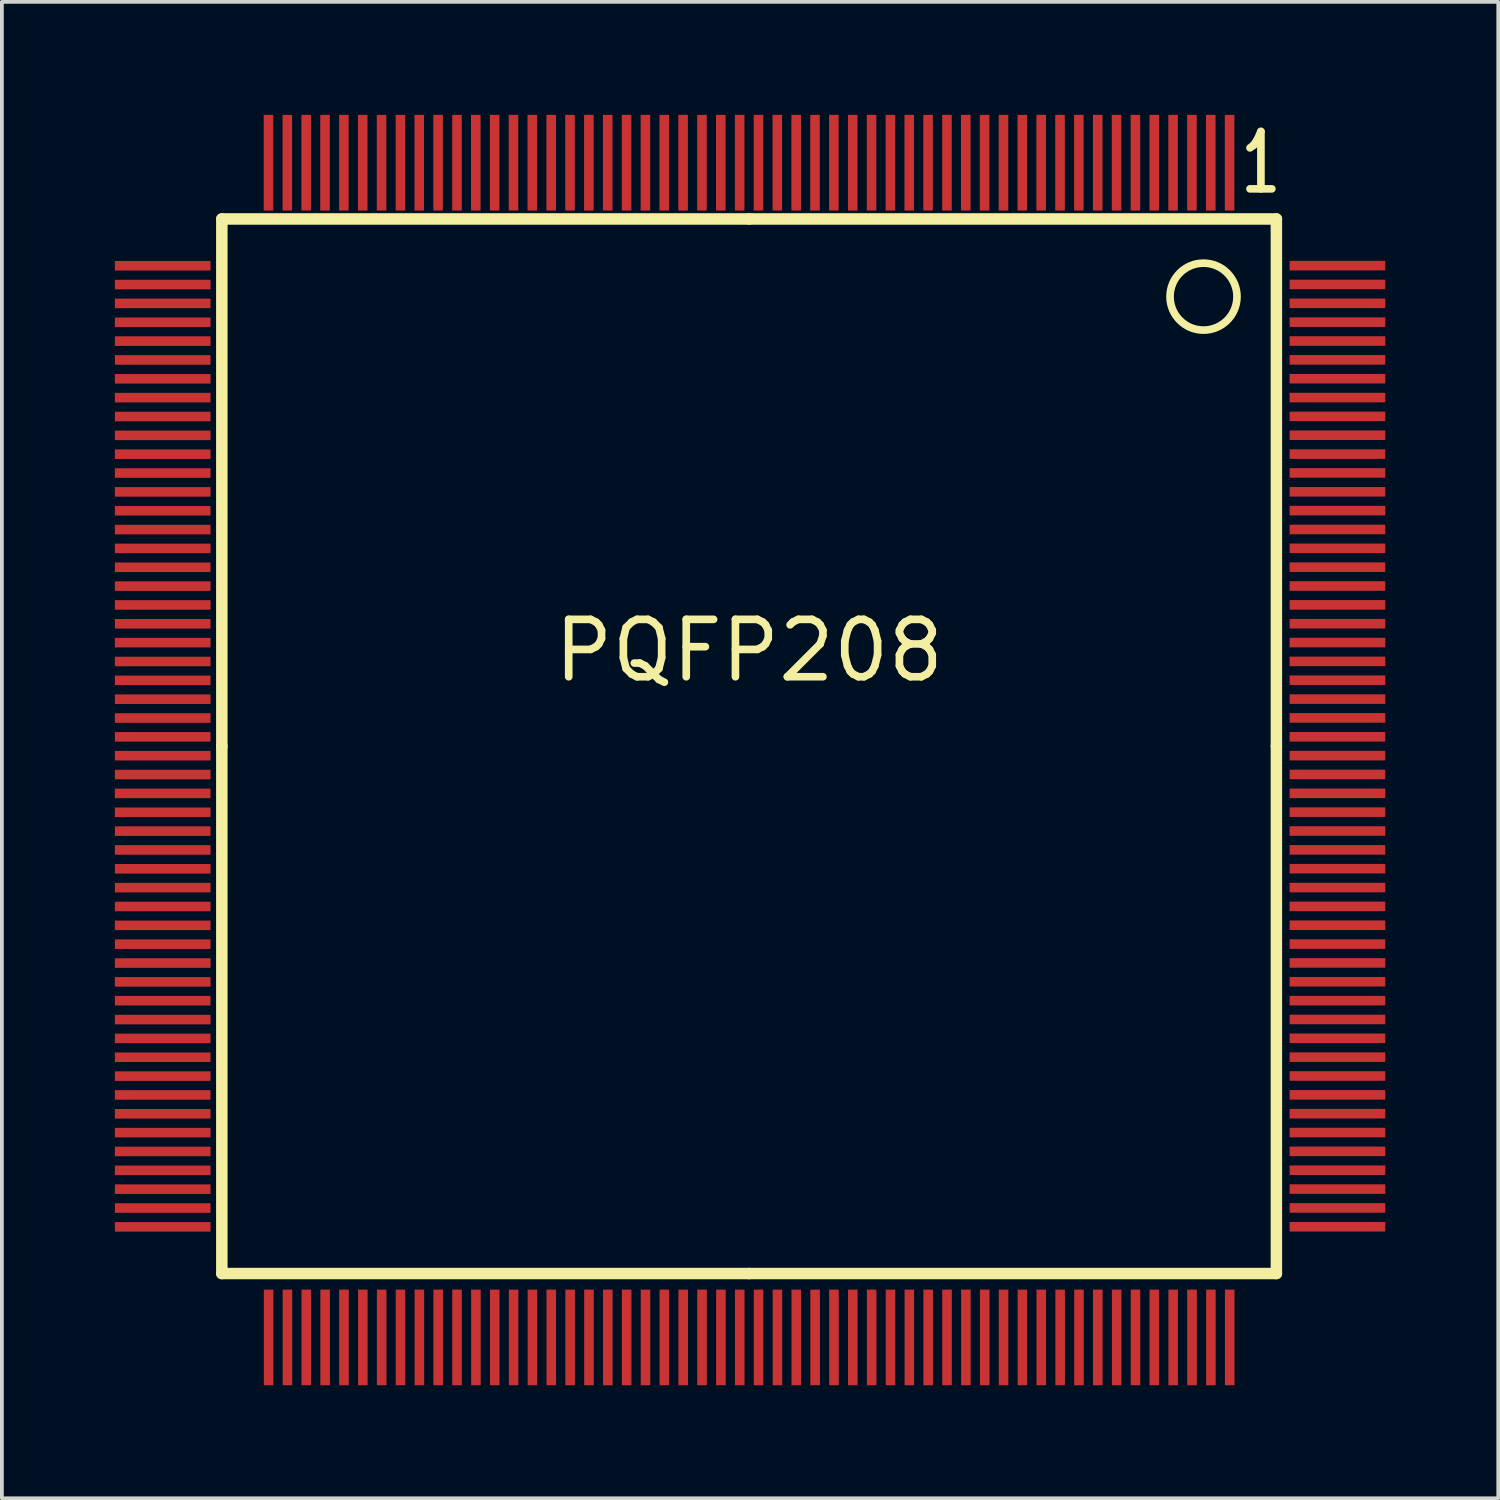
<source format=kicad_pcb>
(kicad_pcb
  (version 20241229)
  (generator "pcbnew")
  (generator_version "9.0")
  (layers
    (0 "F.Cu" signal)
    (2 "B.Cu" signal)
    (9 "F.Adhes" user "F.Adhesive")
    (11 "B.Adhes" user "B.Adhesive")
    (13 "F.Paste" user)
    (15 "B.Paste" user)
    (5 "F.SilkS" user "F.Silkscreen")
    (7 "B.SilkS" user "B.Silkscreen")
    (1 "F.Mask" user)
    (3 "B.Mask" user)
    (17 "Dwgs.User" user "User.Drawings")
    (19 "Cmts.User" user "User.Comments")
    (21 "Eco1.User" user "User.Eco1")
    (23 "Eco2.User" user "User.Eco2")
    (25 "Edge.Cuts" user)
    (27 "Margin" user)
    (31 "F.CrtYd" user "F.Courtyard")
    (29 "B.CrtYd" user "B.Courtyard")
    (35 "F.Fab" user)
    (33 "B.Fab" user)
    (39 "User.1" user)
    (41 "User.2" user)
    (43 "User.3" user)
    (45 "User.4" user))
  (footprint "PQFP208"
    (layer "F.Cu")
    (at 16.84 16.764)
    (property "Reference" "PQFP208" (at 0 -2.54 0) (layer "F.SilkS") (effects (font (size 1.524 1.524) (thickness 0.203))))
    (attr smd)
    (fp_line (start -14 -14) (end -14 0) (stroke (width 0.305) (type solid)) (layer "F.SilkS"))
    (fp_line (start -14 0) (end -14 14) (stroke (width 0.305) (type solid)) (layer "F.SilkS"))
    (fp_line (start -14 14) (end 0 14) (stroke (width 0.305) (type solid)) (layer "F.SilkS"))
    (fp_line (start 0 -14) (end -14 -14) (stroke (width 0.305) (type solid)) (layer "F.SilkS"))
    (fp_line (start 0 14) (end 14 14) (stroke (width 0.305) (type solid)) (layer "F.SilkS"))
    (fp_line (start 14 -14) (end 0 -14) (stroke (width 0.305) (type solid)) (layer "F.SilkS"))
    (fp_line (start 14 0) (end 14 -14) (stroke (width 0.305) (type solid)) (layer "F.SilkS"))
    (fp_line (start 14 14) (end 14 0) (stroke (width 0.305) (type solid)) (layer "F.SilkS"))
    (fp_circle (center 12.065 -11.938) (end 12.065 -12.827) (stroke (width 0.203) (type solid)) (fill no) (layer "F.SilkS"))
    (fp_text user "1" (at 13.589 -15.494 0) (layer "F.SilkS") (effects (font (size 1.524 1.016) (thickness 0.203))))
    (pad "1" smd rect (at 12.758 -15.494 90) (size 2.54 0.254) (layers "F.Cu" "F.Mask" "F.Paste"))
    (pad "2" smd rect (at 12.258 -15.494 90) (size 2.54 0.254) (layers "F.Cu" "F.Mask" "F.Paste"))
    (pad "3" smd rect (at 11.758 -15.494 90) (size 2.54 0.254) (layers "F.Cu" "F.Mask" "F.Paste"))
    (pad "4" smd rect (at 11.257 -15.494 90) (size 2.54 0.254) (layers "F.Cu" "F.Mask" "F.Paste"))
    (pad "5" smd rect (at 10.757 -15.494 90) (size 2.54 0.254) (layers "F.Cu" "F.Mask" "F.Paste"))
    (pad "6" smd rect (at 10.257 -15.494 90) (size 2.54 0.254) (layers "F.Cu" "F.Mask" "F.Paste"))
    (pad "7" smd rect (at 9.756 -15.494 90) (size 2.54 0.254) (layers "F.Cu" "F.Mask" "F.Paste"))
    (pad "8" smd rect (at 9.256 -15.494 90) (size 2.54 0.254) (layers "F.Cu" "F.Mask" "F.Paste"))
    (pad "9" smd rect (at 8.755 -15.494 90) (size 2.54 0.254) (layers "F.Cu" "F.Mask" "F.Paste"))
    (pad "10" smd rect (at 8.255 -15.494 90) (size 2.54 0.254) (layers "F.Cu" "F.Mask" "F.Paste"))
    (pad "11" smd rect (at 7.755 -15.494 90) (size 2.54 0.254) (layers "F.Cu" "F.Mask" "F.Paste"))
    (pad "12" smd rect (at 7.254 -15.494 90) (size 2.54 0.254) (layers "F.Cu" "F.Mask" "F.Paste"))
    (pad "13" smd rect (at 6.754 -15.494 90) (size 2.54 0.254) (layers "F.Cu" "F.Mask" "F.Paste"))
    (pad "14" smd rect (at 6.253 -15.494 90) (size 2.54 0.254) (layers "F.Cu" "F.Mask" "F.Paste"))
    (pad "15" smd rect (at 5.753 -15.494 90) (size 2.54 0.254) (layers "F.Cu" "F.Mask" "F.Paste"))
    (pad "16" smd rect (at 5.253 -15.494 90) (size 2.54 0.254) (layers "F.Cu" "F.Mask" "F.Paste"))
    (pad "17" smd rect (at 4.752 -15.494 90) (size 2.54 0.254) (layers "F.Cu" "F.Mask" "F.Paste"))
    (pad "18" smd rect (at 4.252 -15.494 90) (size 2.54 0.254) (layers "F.Cu" "F.Mask" "F.Paste"))
    (pad "19" smd rect (at 3.752 -15.494 90) (size 2.54 0.254) (layers "F.Cu" "F.Mask" "F.Paste"))
    (pad "20" smd rect (at 3.251 -15.494 90) (size 2.54 0.254) (layers "F.Cu" "F.Mask" "F.Paste"))
    (pad "21" smd rect (at 2.751 -15.494 90) (size 2.54 0.254) (layers "F.Cu" "F.Mask" "F.Paste"))
    (pad "22" smd rect (at 2.25 -15.494 90) (size 2.54 0.254) (layers "F.Cu" "F.Mask" "F.Paste"))
    (pad "23" smd rect (at 1.75 -15.494 90) (size 2.54 0.254) (layers "F.Cu" "F.Mask" "F.Paste"))
    (pad "24" smd rect (at 1.25 -15.494 90) (size 2.54 0.254) (layers "F.Cu" "F.Mask" "F.Paste"))
    (pad "25" smd rect (at 0.749 -15.494 90) (size 2.54 0.254) (layers "F.Cu" "F.Mask" "F.Paste"))
    (pad "26" smd rect (at 0.249 -15.494 90) (size 2.54 0.254) (layers "F.Cu" "F.Mask" "F.Paste"))
    (pad "27" smd rect (at -0.251 -15.494 90) (size 2.54 0.254) (layers "F.Cu" "F.Mask" "F.Paste"))
    (pad "28" smd rect (at -0.752 -15.494 90) (size 2.54 0.254) (layers "F.Cu" "F.Mask" "F.Paste"))
    (pad "29" smd rect (at -1.252 -15.494 90) (size 2.54 0.254) (layers "F.Cu" "F.Mask" "F.Paste"))
    (pad "30" smd rect (at -1.753 -15.494 90) (size 2.54 0.254) (layers "F.Cu" "F.Mask" "F.Paste"))
    (pad "31" smd rect (at -2.253 -15.494 90) (size 2.54 0.254) (layers "F.Cu" "F.Mask" "F.Paste"))
    (pad "32" smd rect (at -2.753 -15.494 90) (size 2.54 0.254) (layers "F.Cu" "F.Mask" "F.Paste"))
    (pad "33" smd rect (at -3.254 -15.494 90) (size 2.54 0.254) (layers "F.Cu" "F.Mask" "F.Paste"))
    (pad "34" smd rect (at -3.754 -15.494 90) (size 2.54 0.254) (layers "F.Cu" "F.Mask" "F.Paste"))
    (pad "35" smd rect (at -4.255 -15.494 90) (size 2.54 0.254) (layers "F.Cu" "F.Mask" "F.Paste"))
    (pad "36" smd rect (at -4.755 -15.494 90) (size 2.54 0.254) (layers "F.Cu" "F.Mask" "F.Paste"))
    (pad "37" smd rect (at -5.255 -15.494 90) (size 2.54 0.254) (layers "F.Cu" "F.Mask" "F.Paste"))
    (pad "38" smd rect (at -5.756 -15.494 90) (size 2.54 0.254) (layers "F.Cu" "F.Mask" "F.Paste"))
    (pad "39" smd rect (at -6.256 -15.494 90) (size 2.54 0.254) (layers "F.Cu" "F.Mask" "F.Paste"))
    (pad "40" smd rect (at -6.756 -15.494 90) (size 2.54 0.254) (layers "F.Cu" "F.Mask" "F.Paste"))
    (pad "41" smd rect (at -7.257 -15.494 90) (size 2.54 0.254) (layers "F.Cu" "F.Mask" "F.Paste"))
    (pad "42" smd rect (at -7.757 -15.494 90) (size 2.54 0.254) (layers "F.Cu" "F.Mask" "F.Paste"))
    (pad "43" smd rect (at -8.258 -15.494 90) (size 2.54 0.254) (layers "F.Cu" "F.Mask" "F.Paste"))
    (pad "44" smd rect (at -8.758 -15.494 90) (size 2.54 0.254) (layers "F.Cu" "F.Mask" "F.Paste"))
    (pad "45" smd rect (at -9.258 -15.494 90) (size 2.54 0.254) (layers "F.Cu" "F.Mask" "F.Paste"))
    (pad "46" smd rect (at -9.759 -15.494 90) (size 2.54 0.254) (layers "F.Cu" "F.Mask" "F.Paste"))
    (pad "47" smd rect (at -10.259 -15.494 90) (size 2.54 0.254) (layers "F.Cu" "F.Mask" "F.Paste"))
    (pad "48" smd rect (at -10.759 -15.494 90) (size 2.54 0.254) (layers "F.Cu" "F.Mask" "F.Paste"))
    (pad "49" smd rect (at -11.26 -15.494 90) (size 2.54 0.254) (layers "F.Cu" "F.Mask" "F.Paste"))
    (pad "50" smd rect (at -11.76 -15.494 90) (size 2.54 0.254) (layers "F.Cu" "F.Mask" "F.Paste"))
    (pad "51" smd rect (at -12.261 -15.494 90) (size 2.54 0.254) (layers "F.Cu" "F.Mask" "F.Paste"))
    (pad "52" smd rect (at -12.761 -15.494 90) (size 2.54 0.254) (layers "F.Cu" "F.Mask" "F.Paste"))
    (pad "53" smd rect (at -15.57 -12.758) (size 2.54 0.254) (layers "F.Cu" "F.Mask" "F.Paste"))
    (pad "54" smd rect (at -15.57 -12.258) (size 2.54 0.254) (layers "F.Cu" "F.Mask" "F.Paste"))
    (pad "55" smd rect (at -15.57 -11.758) (size 2.54 0.254) (layers "F.Cu" "F.Mask" "F.Paste"))
    (pad "56" smd rect (at -15.57 -11.257) (size 2.54 0.254) (layers "F.Cu" "F.Mask" "F.Paste"))
    (pad "57" smd rect (at -15.57 -10.757) (size 2.54 0.254) (layers "F.Cu" "F.Mask" "F.Paste"))
    (pad "58" smd rect (at -15.57 -10.257) (size 2.54 0.254) (layers "F.Cu" "F.Mask" "F.Paste"))
    (pad "59" smd rect (at -15.57 -9.756) (size 2.54 0.254) (layers "F.Cu" "F.Mask" "F.Paste"))
    (pad "60" smd rect (at -15.57 -9.256) (size 2.54 0.254) (layers "F.Cu" "F.Mask" "F.Paste"))
    (pad "61" smd rect (at -15.57 -8.755) (size 2.54 0.254) (layers "F.Cu" "F.Mask" "F.Paste"))
    (pad "62" smd rect (at -15.57 -8.255) (size 2.54 0.254) (layers "F.Cu" "F.Mask" "F.Paste"))
    (pad "63" smd rect (at -15.57 -7.755) (size 2.54 0.254) (layers "F.Cu" "F.Mask" "F.Paste"))
    (pad "64" smd rect (at -15.57 -7.254) (size 2.54 0.254) (layers "F.Cu" "F.Mask" "F.Paste"))
    (pad "65" smd rect (at -15.57 -6.754) (size 2.54 0.254) (layers "F.Cu" "F.Mask" "F.Paste"))
    (pad "66" smd rect (at -15.57 -6.253) (size 2.54 0.254) (layers "F.Cu" "F.Mask" "F.Paste"))
    (pad "67" smd rect (at -15.57 -5.753) (size 2.54 0.254) (layers "F.Cu" "F.Mask" "F.Paste"))
    (pad "68" smd rect (at -15.57 -5.253) (size 2.54 0.254) (layers "F.Cu" "F.Mask" "F.Paste"))
    (pad "69" smd rect (at -15.57 -4.752) (size 2.54 0.254) (layers "F.Cu" "F.Mask" "F.Paste"))
    (pad "70" smd rect (at -15.57 -4.252) (size 2.54 0.254) (layers "F.Cu" "F.Mask" "F.Paste"))
    (pad "71" smd rect (at -15.57 -3.752) (size 2.54 0.254) (layers "F.Cu" "F.Mask" "F.Paste"))
    (pad "72" smd rect (at -15.57 -3.251) (size 2.54 0.254) (layers "F.Cu" "F.Mask" "F.Paste"))
    (pad "73" smd rect (at -15.57 -2.751) (size 2.54 0.254) (layers "F.Cu" "F.Mask" "F.Paste"))
    (pad "74" smd rect (at -15.57 -2.25) (size 2.54 0.254) (layers "F.Cu" "F.Mask" "F.Paste"))
    (pad "75" smd rect (at -15.57 -1.75) (size 2.54 0.254) (layers "F.Cu" "F.Mask" "F.Paste"))
    (pad "76" smd rect (at -15.57 -1.25) (size 2.54 0.254) (layers "F.Cu" "F.Mask" "F.Paste"))
    (pad "77" smd rect (at -15.57 -0.749) (size 2.54 0.254) (layers "F.Cu" "F.Mask" "F.Paste"))
    (pad "78" smd rect (at -15.57 -0.249) (size 2.54 0.254) (layers "F.Cu" "F.Mask" "F.Paste"))
    (pad "79" smd rect (at -15.57 0.251) (size 2.54 0.254) (layers "F.Cu" "F.Mask" "F.Paste"))
    (pad "80" smd rect (at -15.57 0.752) (size 2.54 0.254) (layers "F.Cu" "F.Mask" "F.Paste"))
    (pad "81" smd rect (at -15.57 1.252) (size 2.54 0.254) (layers "F.Cu" "F.Mask" "F.Paste"))
    (pad "82" smd rect (at -15.57 1.753) (size 2.54 0.254) (layers "F.Cu" "F.Mask" "F.Paste"))
    (pad "83" smd rect (at -15.57 2.253) (size 2.54 0.254) (layers "F.Cu" "F.Mask" "F.Paste"))
    (pad "84" smd rect (at -15.57 2.753) (size 2.54 0.254) (layers "F.Cu" "F.Mask" "F.Paste"))
    (pad "85" smd rect (at -15.57 3.254) (size 2.54 0.254) (layers "F.Cu" "F.Mask" "F.Paste"))
    (pad "86" smd rect (at -15.57 3.754) (size 2.54 0.254) (layers "F.Cu" "F.Mask" "F.Paste"))
    (pad "87" smd rect (at -15.57 4.255) (size 2.54 0.254) (layers "F.Cu" "F.Mask" "F.Paste"))
    (pad "88" smd rect (at -15.57 4.755) (size 2.54 0.254) (layers "F.Cu" "F.Mask" "F.Paste"))
    (pad "89" smd rect (at -15.57 5.255) (size 2.54 0.254) (layers "F.Cu" "F.Mask" "F.Paste"))
    (pad "90" smd rect (at -15.57 5.756) (size 2.54 0.254) (layers "F.Cu" "F.Mask" "F.Paste"))
    (pad "91" smd rect (at -15.57 6.256) (size 2.54 0.254) (layers "F.Cu" "F.Mask" "F.Paste"))
    (pad "92" smd rect (at -15.57 6.756) (size 2.54 0.254) (layers "F.Cu" "F.Mask" "F.Paste"))
    (pad "93" smd rect (at -15.57 7.257) (size 2.54 0.254) (layers "F.Cu" "F.Mask" "F.Paste"))
    (pad "94" smd rect (at -15.57 7.757) (size 2.54 0.254) (layers "F.Cu" "F.Mask" "F.Paste"))
    (pad "95" smd rect (at -15.57 8.258) (size 2.54 0.254) (layers "F.Cu" "F.Mask" "F.Paste"))
    (pad "96" smd rect (at -15.57 8.758) (size 2.54 0.254) (layers "F.Cu" "F.Mask" "F.Paste"))
    (pad "97" smd rect (at -15.57 9.258) (size 2.54 0.254) (layers "F.Cu" "F.Mask" "F.Paste"))
    (pad "98" smd rect (at -15.57 9.759) (size 2.54 0.254) (layers "F.Cu" "F.Mask" "F.Paste"))
    (pad "99" smd rect (at -15.57 10.259) (size 2.54 0.254) (layers "F.Cu" "F.Mask" "F.Paste"))
    (pad "100" smd rect (at -15.57 10.759) (size 2.54 0.254) (layers "F.Cu" "F.Mask" "F.Paste"))
    (pad "101" smd rect (at -15.57 11.26) (size 2.54 0.254) (layers "F.Cu" "F.Mask" "F.Paste"))
    (pad "102" smd rect (at -15.57 11.76) (size 2.54 0.254) (layers "F.Cu" "F.Mask" "F.Paste"))
    (pad "103" smd rect (at -15.57 12.261) (size 2.54 0.254) (layers "F.Cu" "F.Mask" "F.Paste"))
    (pad "104" smd rect (at -15.57 12.761) (size 2.54 0.254) (layers "F.Cu" "F.Mask" "F.Paste"))
    (pad "105" smd rect (at -12.758 15.697 90) (size 2.54 0.254) (layers "F.Cu" "F.Mask" "F.Paste"))
    (pad "106" smd rect (at -12.258 15.697 90) (size 2.54 0.254) (layers "F.Cu" "F.Mask" "F.Paste"))
    (pad "107" smd rect (at -11.758 15.697 90) (size 2.54 0.254) (layers "F.Cu" "F.Mask" "F.Paste"))
    (pad "108" smd rect (at -11.257 15.697 90) (size 2.54 0.254) (layers "F.Cu" "F.Mask" "F.Paste"))
    (pad "109" smd rect (at -10.757 15.697 90) (size 2.54 0.254) (layers "F.Cu" "F.Mask" "F.Paste"))
    (pad "110" smd rect (at -10.257 15.697 90) (size 2.54 0.254) (layers "F.Cu" "F.Mask" "F.Paste"))
    (pad "111" smd rect (at -9.756 15.697 90) (size 2.54 0.254) (layers "F.Cu" "F.Mask" "F.Paste"))
    (pad "112" smd rect (at -9.256 15.697 90) (size 2.54 0.254) (layers "F.Cu" "F.Mask" "F.Paste"))
    (pad "113" smd rect (at -8.755 15.697 90) (size 2.54 0.254) (layers "F.Cu" "F.Mask" "F.Paste"))
    (pad "114" smd rect (at -8.255 15.697 90) (size 2.54 0.254) (layers "F.Cu" "F.Mask" "F.Paste"))
    (pad "115" smd rect (at -7.755 15.697 90) (size 2.54 0.254) (layers "F.Cu" "F.Mask" "F.Paste"))
    (pad "116" smd rect (at -7.254 15.697 90) (size 2.54 0.254) (layers "F.Cu" "F.Mask" "F.Paste"))
    (pad "117" smd rect (at -6.754 15.697 90) (size 2.54 0.254) (layers "F.Cu" "F.Mask" "F.Paste"))
    (pad "118" smd rect (at -6.253 15.697 90) (size 2.54 0.254) (layers "F.Cu" "F.Mask" "F.Paste"))
    (pad "119" smd rect (at -5.753 15.697 90) (size 2.54 0.254) (layers "F.Cu" "F.Mask" "F.Paste"))
    (pad "120" smd rect (at -5.253 15.697 90) (size 2.54 0.254) (layers "F.Cu" "F.Mask" "F.Paste"))
    (pad "121" smd rect (at -4.752 15.697 90) (size 2.54 0.254) (layers "F.Cu" "F.Mask" "F.Paste"))
    (pad "122" smd rect (at -4.252 15.697 90) (size 2.54 0.254) (layers "F.Cu" "F.Mask" "F.Paste"))
    (pad "123" smd rect (at -3.752 15.697 90) (size 2.54 0.254) (layers "F.Cu" "F.Mask" "F.Paste"))
    (pad "124" smd rect (at -3.251 15.697 90) (size 2.54 0.254) (layers "F.Cu" "F.Mask" "F.Paste"))
    (pad "125" smd rect (at -2.751 15.697 90) (size 2.54 0.254) (layers "F.Cu" "F.Mask" "F.Paste"))
    (pad "126" smd rect (at -2.25 15.697 90) (size 2.54 0.254) (layers "F.Cu" "F.Mask" "F.Paste"))
    (pad "127" smd rect (at -1.75 15.697 90) (size 2.54 0.254) (layers "F.Cu" "F.Mask" "F.Paste"))
    (pad "128" smd rect (at -1.25 15.697 90) (size 2.54 0.254) (layers "F.Cu" "F.Mask" "F.Paste"))
    (pad "129" smd rect (at -0.749 15.697 90) (size 2.54 0.254) (layers "F.Cu" "F.Mask" "F.Paste"))
    (pad "130" smd rect (at -0.249 15.697 90) (size 2.54 0.254) (layers "F.Cu" "F.Mask" "F.Paste"))
    (pad "131" smd rect (at 0.251 15.697 90) (size 2.54 0.254) (layers "F.Cu" "F.Mask" "F.Paste"))
    (pad "132" smd rect (at 0.752 15.697 90) (size 2.54 0.254) (layers "F.Cu" "F.Mask" "F.Paste"))
    (pad "133" smd rect (at 1.252 15.697 90) (size 2.54 0.254) (layers "F.Cu" "F.Mask" "F.Paste"))
    (pad "134" smd rect (at 1.753 15.697 90) (size 2.54 0.254) (layers "F.Cu" "F.Mask" "F.Paste"))
    (pad "135" smd rect (at 2.253 15.697 90) (size 2.54 0.254) (layers "F.Cu" "F.Mask" "F.Paste"))
    (pad "136" smd rect (at 2.753 15.697 90) (size 2.54 0.254) (layers "F.Cu" "F.Mask" "F.Paste"))
    (pad "137" smd rect (at 3.254 15.697 90) (size 2.54 0.254) (layers "F.Cu" "F.Mask" "F.Paste"))
    (pad "138" smd rect (at 3.754 15.697 90) (size 2.54 0.254) (layers "F.Cu" "F.Mask" "F.Paste"))
    (pad "139" smd rect (at 4.255 15.697 90) (size 2.54 0.254) (layers "F.Cu" "F.Mask" "F.Paste"))
    (pad "140" smd rect (at 4.755 15.697 90) (size 2.54 0.254) (layers "F.Cu" "F.Mask" "F.Paste"))
    (pad "141" smd rect (at 5.255 15.697 90) (size 2.54 0.254) (layers "F.Cu" "F.Mask" "F.Paste"))
    (pad "142" smd rect (at 5.756 15.697 90) (size 2.54 0.254) (layers "F.Cu" "F.Mask" "F.Paste"))
    (pad "143" smd rect (at 6.256 15.697 90) (size 2.54 0.254) (layers "F.Cu" "F.Mask" "F.Paste"))
    (pad "144" smd rect (at 6.756 15.697 90) (size 2.54 0.254) (layers "F.Cu" "F.Mask" "F.Paste"))
    (pad "145" smd rect (at 7.257 15.697 90) (size 2.54 0.254) (layers "F.Cu" "F.Mask" "F.Paste"))
    (pad "146" smd rect (at 7.757 15.697 90) (size 2.54 0.254) (layers "F.Cu" "F.Mask" "F.Paste"))
    (pad "147" smd rect (at 8.258 15.697 90) (size 2.54 0.254) (layers "F.Cu" "F.Mask" "F.Paste"))
    (pad "148" smd rect (at 8.758 15.697 90) (size 2.54 0.254) (layers "F.Cu" "F.Mask" "F.Paste"))
    (pad "149" smd rect (at 9.258 15.697 90) (size 2.54 0.254) (layers "F.Cu" "F.Mask" "F.Paste"))
    (pad "150" smd rect (at 9.759 15.697 90) (size 2.54 0.254) (layers "F.Cu" "F.Mask" "F.Paste"))
    (pad "151" smd rect (at 10.259 15.697 90) (size 2.54 0.254) (layers "F.Cu" "F.Mask" "F.Paste"))
    (pad "152" smd rect (at 10.759 15.697 90) (size 2.54 0.254) (layers "F.Cu" "F.Mask" "F.Paste"))
    (pad "153" smd rect (at 11.26 15.697 90) (size 2.54 0.254) (layers "F.Cu" "F.Mask" "F.Paste"))
    (pad "154" smd rect (at 11.76 15.697 90) (size 2.54 0.254) (layers "F.Cu" "F.Mask" "F.Paste"))
    (pad "155" smd rect (at 12.261 15.697 90) (size 2.54 0.254) (layers "F.Cu" "F.Mask" "F.Paste"))
    (pad "156" smd rect (at 12.761 15.697 90) (size 2.54 0.254) (layers "F.Cu" "F.Mask" "F.Paste"))
    (pad "157" smd rect (at 15.621 12.758) (size 2.54 0.254) (layers "F.Cu" "F.Mask" "F.Paste"))
    (pad "158" smd rect (at 15.621 12.258) (size 2.54 0.254) (layers "F.Cu" "F.Mask" "F.Paste"))
    (pad "159" smd rect (at 15.621 11.758) (size 2.54 0.254) (layers "F.Cu" "F.Mask" "F.Paste"))
    (pad "160" smd rect (at 15.621 11.257) (size 2.54 0.254) (layers "F.Cu" "F.Mask" "F.Paste"))
    (pad "161" smd rect (at 15.621 10.757) (size 2.54 0.254) (layers "F.Cu" "F.Mask" "F.Paste"))
    (pad "162" smd rect (at 15.621 10.257) (size 2.54 0.254) (layers "F.Cu" "F.Mask" "F.Paste"))
    (pad "163" smd rect (at 15.621 9.756) (size 2.54 0.254) (layers "F.Cu" "F.Mask" "F.Paste"))
    (pad "164" smd rect (at 15.621 9.256) (size 2.54 0.254) (layers "F.Cu" "F.Mask" "F.Paste"))
    (pad "165" smd rect (at 15.621 8.755) (size 2.54 0.254) (layers "F.Cu" "F.Mask" "F.Paste"))
    (pad "166" smd rect (at 15.621 8.255) (size 2.54 0.254) (layers "F.Cu" "F.Mask" "F.Paste"))
    (pad "167" smd rect (at 15.621 7.755) (size 2.54 0.254) (layers "F.Cu" "F.Mask" "F.Paste"))
    (pad "168" smd rect (at 15.621 7.254) (size 2.54 0.254) (layers "F.Cu" "F.Mask" "F.Paste"))
    (pad "169" smd rect (at 15.621 6.754) (size 2.54 0.254) (layers "F.Cu" "F.Mask" "F.Paste"))
    (pad "170" smd rect (at 15.621 6.253) (size 2.54 0.254) (layers "F.Cu" "F.Mask" "F.Paste"))
    (pad "171" smd rect (at 15.621 5.753) (size 2.54 0.254) (layers "F.Cu" "F.Mask" "F.Paste"))
    (pad "172" smd rect (at 15.621 5.253) (size 2.54 0.254) (layers "F.Cu" "F.Mask" "F.Paste"))
    (pad "173" smd rect (at 15.621 4.752) (size 2.54 0.254) (layers "F.Cu" "F.Mask" "F.Paste"))
    (pad "174" smd rect (at 15.621 4.252) (size 2.54 0.254) (layers "F.Cu" "F.Mask" "F.Paste"))
    (pad "175" smd rect (at 15.621 3.752) (size 2.54 0.254) (layers "F.Cu" "F.Mask" "F.Paste"))
    (pad "176" smd rect (at 15.621 3.251) (size 2.54 0.254) (layers "F.Cu" "F.Mask" "F.Paste"))
    (pad "177" smd rect (at 15.621 2.751) (size 2.54 0.254) (layers "F.Cu" "F.Mask" "F.Paste"))
    (pad "178" smd rect (at 15.621 2.25) (size 2.54 0.254) (layers "F.Cu" "F.Mask" "F.Paste"))
    (pad "179" smd rect (at 15.621 1.75) (size 2.54 0.254) (layers "F.Cu" "F.Mask" "F.Paste"))
    (pad "180" smd rect (at 15.621 1.25) (size 2.54 0.254) (layers "F.Cu" "F.Mask" "F.Paste"))
    (pad "181" smd rect (at 15.621 0.749) (size 2.54 0.254) (layers "F.Cu" "F.Mask" "F.Paste"))
    (pad "182" smd rect (at 15.621 0.249) (size 2.54 0.254) (layers "F.Cu" "F.Mask" "F.Paste"))
    (pad "183" smd rect (at 15.621 -0.251) (size 2.54 0.254) (layers "F.Cu" "F.Mask" "F.Paste"))
    (pad "184" smd rect (at 15.621 -0.752) (size 2.54 0.254) (layers "F.Cu" "F.Mask" "F.Paste"))
    (pad "185" smd rect (at 15.621 -1.252) (size 2.54 0.254) (layers "F.Cu" "F.Mask" "F.Paste"))
    (pad "186" smd rect (at 15.621 -1.753) (size 2.54 0.254) (layers "F.Cu" "F.Mask" "F.Paste"))
    (pad "187" smd rect (at 15.621 -2.253) (size 2.54 0.254) (layers "F.Cu" "F.Mask" "F.Paste"))
    (pad "188" smd rect (at 15.621 -2.753) (size 2.54 0.254) (layers "F.Cu" "F.Mask" "F.Paste"))
    (pad "189" smd rect (at 15.621 -3.254) (size 2.54 0.254) (layers "F.Cu" "F.Mask" "F.Paste"))
    (pad "190" smd rect (at 15.621 -3.754) (size 2.54 0.254) (layers "F.Cu" "F.Mask" "F.Paste"))
    (pad "191" smd rect (at 15.621 -4.255) (size 2.54 0.254) (layers "F.Cu" "F.Mask" "F.Paste"))
    (pad "192" smd rect (at 15.621 -4.755) (size 2.54 0.254) (layers "F.Cu" "F.Mask" "F.Paste"))
    (pad "193" smd rect (at 15.621 -5.255) (size 2.54 0.254) (layers "F.Cu" "F.Mask" "F.Paste"))
    (pad "194" smd rect (at 15.621 -5.756) (size 2.54 0.254) (layers "F.Cu" "F.Mask" "F.Paste"))
    (pad "195" smd rect (at 15.621 -6.256) (size 2.54 0.254) (layers "F.Cu" "F.Mask" "F.Paste"))
    (pad "196" smd rect (at 15.621 -6.756) (size 2.54 0.254) (layers "F.Cu" "F.Mask" "F.Paste"))
    (pad "197" smd rect (at 15.621 -7.257) (size 2.54 0.254) (layers "F.Cu" "F.Mask" "F.Paste"))
    (pad "198" smd rect (at 15.621 -7.757) (size 2.54 0.254) (layers "F.Cu" "F.Mask" "F.Paste"))
    (pad "199" smd rect (at 15.621 -8.258) (size 2.54 0.254) (layers "F.Cu" "F.Mask" "F.Paste"))
    (pad "200" smd rect (at 15.621 -8.758) (size 2.54 0.254) (layers "F.Cu" "F.Mask" "F.Paste"))
    (pad "201" smd rect (at 15.621 -9.258) (size 2.54 0.254) (layers "F.Cu" "F.Mask" "F.Paste"))
    (pad "202" smd rect (at 15.621 -9.759) (size 2.54 0.254) (layers "F.Cu" "F.Mask" "F.Paste"))
    (pad "203" smd rect (at 15.621 -10.259) (size 2.54 0.254) (layers "F.Cu" "F.Mask" "F.Paste"))
    (pad "204" smd rect (at 15.621 -10.759) (size 2.54 0.254) (layers "F.Cu" "F.Mask" "F.Paste"))
    (pad "205" smd rect (at 15.621 -11.26) (size 2.54 0.254) (layers "F.Cu" "F.Mask" "F.Paste"))
    (pad "206" smd rect (at 15.621 -11.76) (size 2.54 0.254) (layers "F.Cu" "F.Mask" "F.Paste"))
    (pad "207" smd rect (at 15.621 -12.261) (size 2.54 0.254) (layers "F.Cu" "F.Mask" "F.Paste"))
    (pad "208" smd rect (at 15.621 -12.761) (size 2.54 0.254) (layers "F.Cu" "F.Mask" "F.Paste")))
  (gr_rect
    (start -3 -3)
    (end 36.731 36.731)
    (stroke (width 0.1) (type default))
    (fill no)
    (layer "Edge.Cuts")))
</source>
